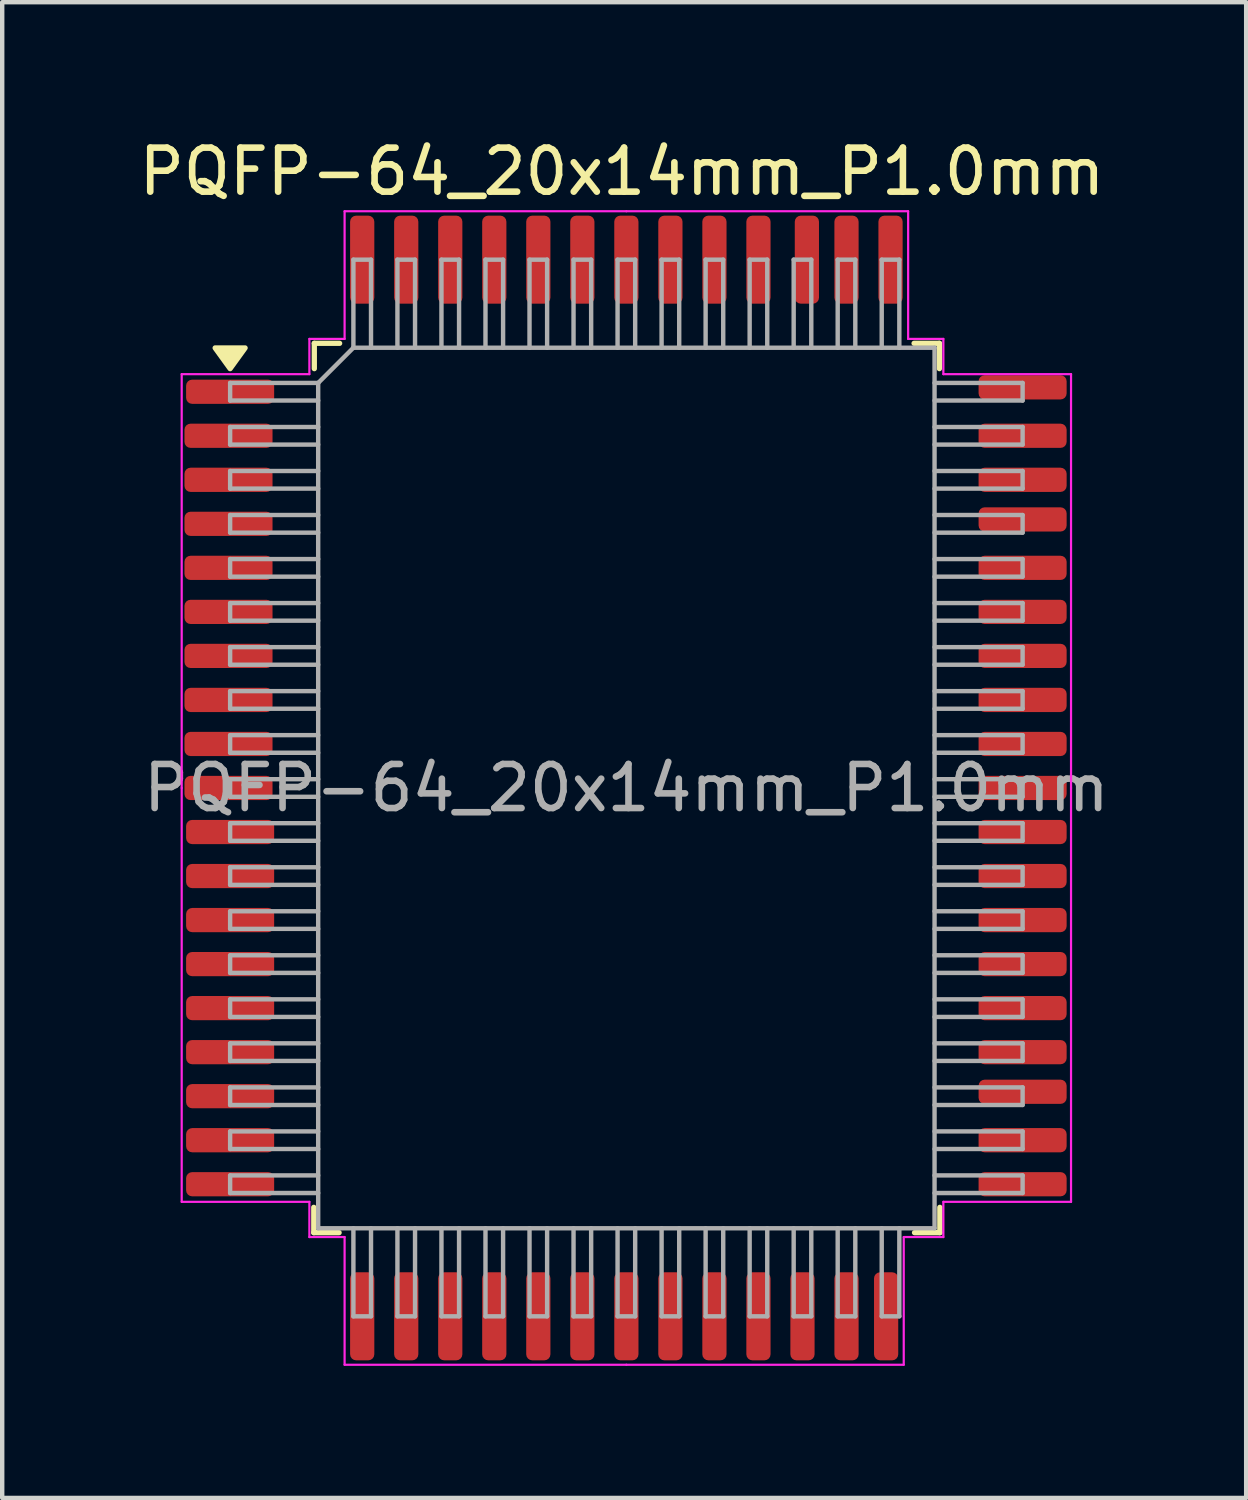
<source format=kicad_pcb>
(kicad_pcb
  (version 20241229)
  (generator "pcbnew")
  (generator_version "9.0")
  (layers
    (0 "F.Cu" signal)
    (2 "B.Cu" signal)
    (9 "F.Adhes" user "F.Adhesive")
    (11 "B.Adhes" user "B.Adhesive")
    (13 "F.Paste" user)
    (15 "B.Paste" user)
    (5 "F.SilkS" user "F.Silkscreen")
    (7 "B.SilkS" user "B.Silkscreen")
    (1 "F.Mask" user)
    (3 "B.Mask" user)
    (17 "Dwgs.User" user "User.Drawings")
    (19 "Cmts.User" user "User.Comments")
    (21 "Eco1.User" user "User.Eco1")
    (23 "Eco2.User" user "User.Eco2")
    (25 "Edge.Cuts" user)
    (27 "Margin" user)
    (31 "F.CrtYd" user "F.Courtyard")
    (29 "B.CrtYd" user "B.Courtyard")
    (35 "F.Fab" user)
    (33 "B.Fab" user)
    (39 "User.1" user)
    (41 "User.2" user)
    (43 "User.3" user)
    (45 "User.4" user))
  (footprint "PQFP-64_20x14mm_P1.0mm"
    (layer "F.Cu")
    (at 11.177 14.848)
    (property "Reference" "PQFP-64_20x14mm_P1.0mm" (at -0.1 -14 0) (layer "F.SilkS") (effects (font (size 1 1) (thickness 0.15))))
    (attr smd)
    (fp_line (start -7.1 10.1) (end -7.1 9.525) (stroke (width 0.12) (type solid)) (layer "F.SilkS"))
    (fp_line (start -7.088 -10.1) (end -7.088 -9.525) (stroke (width 0.12) (type solid)) (layer "F.SilkS"))
    (fp_line (start -6.525 10.1) (end -7.1 10.1) (stroke (width 0.12) (type solid)) (layer "F.SilkS"))
    (fp_line (start -6.513 -10.1) (end -7.088 -10.1) (stroke (width 0.12) (type solid)) (layer "F.SilkS"))
    (fp_line (start 6.535 -10.1) (end 7.11 -10.1) (stroke (width 0.12) (type solid)) (layer "F.SilkS"))
    (fp_line (start 6.545 10.1) (end 7.12 10.1) (stroke (width 0.12) (type solid)) (layer "F.SilkS"))
    (fp_line (start 7.11 -10.1) (end 7.11 -9.525) (stroke (width 0.12) (type solid)) (layer "F.SilkS"))
    (fp_line (start 7.12 10.1) (end 7.12 9.525) (stroke (width 0.12) (type solid)) (layer "F.SilkS"))
    (fp_poly (pts (xy -9 -9.525) (xy -9.34 -9.995) (xy -8.66 -9.995) (xy -9 -9.525)) (stroke (width 0.12) (type solid)) (fill yes) (layer "F.SilkS"))
    (fp_line (start -10.1 -9.4) (end -10.1 0) (stroke (width 0.05) (type solid)) (layer "F.CrtYd"))
    (fp_line (start -10.1 9.4) (end -10.1 0) (stroke (width 0.05) (type solid)) (layer "F.CrtYd"))
    (fp_line (start -10.1 9.4) (end -7.2 9.4) (stroke (width 0.05) (type solid)) (layer "F.CrtYd"))
    (fp_line (start -7.2 -10.2) (end -7.2 -9.4) (stroke (width 0.05) (type solid)) (layer "F.CrtYd"))
    (fp_line (start -7.2 -9.4) (end -10.1 -9.4) (stroke (width 0.05) (type solid)) (layer "F.CrtYd"))
    (fp_line (start -7.2 10.2) (end -7.2 9.4) (stroke (width 0.05) (type solid)) (layer "F.CrtYd"))
    (fp_line (start -6.4 -13.1) (end -6.4 -10.2) (stroke (width 0.05) (type solid)) (layer "F.CrtYd"))
    (fp_line (start -6.4 -10.2) (end -7.2 -10.2) (stroke (width 0.05) (type solid)) (layer "F.CrtYd"))
    (fp_line (start -6.4 10.2) (end -7.2 10.2) (stroke (width 0.05) (type solid)) (layer "F.CrtYd"))
    (fp_line (start -6.4 13.1) (end -6.4 10.2) (stroke (width 0.05) (type solid)) (layer "F.CrtYd"))
    (fp_line (start -6.4 13.1) (end 0 13.1) (stroke (width 0.05) (type solid)) (layer "F.CrtYd"))
    (fp_line (start 0 -13.1) (end -6.4 -13.1) (stroke (width 0.05) (type solid)) (layer "F.CrtYd"))
    (fp_line (start 0 13.1) (end 6.3 13.1) (stroke (width 0.05) (type solid)) (layer "F.CrtYd"))
    (fp_line (start 6.3 10.2) (end 7.2 10.2) (stroke (width 0.05) (type solid)) (layer "F.CrtYd"))
    (fp_line (start 6.3 13.1) (end 6.3 10.2) (stroke (width 0.05) (type solid)) (layer "F.CrtYd"))
    (fp_line (start 6.4 -13.1) (end 0 -13.1) (stroke (width 0.05) (type solid)) (layer "F.CrtYd"))
    (fp_line (start 6.4 -13.1) (end 6.4 -10.2) (stroke (width 0.05) (type solid)) (layer "F.CrtYd"))
    (fp_line (start 6.4 -10.2) (end 7.2 -10.2) (stroke (width 0.05) (type solid)) (layer "F.CrtYd"))
    (fp_line (start 7.2 -10.2) (end 7.2 -9.4) (stroke (width 0.05) (type solid)) (layer "F.CrtYd"))
    (fp_line (start 7.2 9.4) (end 10.1 9.4) (stroke (width 0.05) (type solid)) (layer "F.CrtYd"))
    (fp_line (start 7.2 10.2) (end 7.2 9.4) (stroke (width 0.05) (type solid)) (layer "F.CrtYd"))
    (fp_line (start 10.1 -9.4) (end 7.2 -9.4) (stroke (width 0.05) (type solid)) (layer "F.CrtYd"))
    (fp_line (start 10.1 -9.4) (end 10.1 0) (stroke (width 0.05) (type solid)) (layer "F.CrtYd"))
    (fp_line (start 10.1 9.4) (end 10.1 0) (stroke (width 0.05) (type solid)) (layer "F.CrtYd"))
    (fp_line (start -9 -9.2) (end -7 -9.2) (stroke (width 0.1) (type default)) (layer "F.Fab"))
    (fp_line (start -9 -8.8) (end -9 -9.2) (stroke (width 0.1) (type default)) (layer "F.Fab"))
    (fp_line (start -9 -8.2) (end -7 -8.2) (stroke (width 0.1) (type default)) (layer "F.Fab"))
    (fp_line (start -9 -7.8) (end -9 -8.2) (stroke (width 0.1) (type default)) (layer "F.Fab"))
    (fp_line (start -9 -7.2) (end -7 -7.2) (stroke (width 0.1) (type default)) (layer "F.Fab"))
    (fp_line (start -9 -6.8) (end -9 -7.2) (stroke (width 0.1) (type default)) (layer "F.Fab"))
    (fp_line (start -9 -6.2) (end -7 -6.2) (stroke (width 0.1) (type default)) (layer "F.Fab"))
    (fp_line (start -9 -5.8) (end -9 -6.2) (stroke (width 0.1) (type default)) (layer "F.Fab"))
    (fp_line (start -9 -5.2) (end -7 -5.2) (stroke (width 0.1) (type default)) (layer "F.Fab"))
    (fp_line (start -9 -4.8) (end -9 -5.2) (stroke (width 0.1) (type default)) (layer "F.Fab"))
    (fp_line (start -9 -4.2) (end -7 -4.2) (stroke (width 0.1) (type default)) (layer "F.Fab"))
    (fp_line (start -9 -3.8) (end -9 -4.2) (stroke (width 0.1) (type default)) (layer "F.Fab"))
    (fp_line (start -9 -3.2) (end -7 -3.2) (stroke (width 0.1) (type default)) (layer "F.Fab"))
    (fp_line (start -9 -2.8) (end -9 -3.2) (stroke (width 0.1) (type default)) (layer "F.Fab"))
    (fp_line (start -9 -2.2) (end -7 -2.2) (stroke (width 0.1) (type default)) (layer "F.Fab"))
    (fp_line (start -9 -1.8) (end -9 -2.2) (stroke (width 0.1) (type default)) (layer "F.Fab"))
    (fp_line (start -9 -1.2) (end -7 -1.2) (stroke (width 0.1) (type default)) (layer "F.Fab"))
    (fp_line (start -9 -0.8) (end -9 -1.2) (stroke (width 0.1) (type default)) (layer "F.Fab"))
    (fp_line (start -9 -0.2) (end -7 -0.2) (stroke (width 0.1) (type default)) (layer "F.Fab"))
    (fp_line (start -9 0.2) (end -9 -0.2) (stroke (width 0.1) (type default)) (layer "F.Fab"))
    (fp_line (start -9 0.8) (end -7 0.8) (stroke (width 0.1) (type default)) (layer "F.Fab"))
    (fp_line (start -9 1.2) (end -9 0.8) (stroke (width 0.1) (type default)) (layer "F.Fab"))
    (fp_line (start -9 1.8) (end -7 1.8) (stroke (width 0.1) (type default)) (layer "F.Fab"))
    (fp_line (start -9 2.2) (end -9 1.8) (stroke (width 0.1) (type default)) (layer "F.Fab"))
    (fp_line (start -9 2.8) (end -7 2.8) (stroke (width 0.1) (type default)) (layer "F.Fab"))
    (fp_line (start -9 3.2) (end -9 2.8) (stroke (width 0.1) (type default)) (layer "F.Fab"))
    (fp_line (start -9 3.8) (end -7 3.8) (stroke (width 0.1) (type default)) (layer "F.Fab"))
    (fp_line (start -9 4.2) (end -9 3.8) (stroke (width 0.1) (type default)) (layer "F.Fab"))
    (fp_line (start -9 4.8) (end -7 4.8) (stroke (width 0.1) (type default)) (layer "F.Fab"))
    (fp_line (start -9 5.2) (end -9 4.8) (stroke (width 0.1) (type default)) (layer "F.Fab"))
    (fp_line (start -9 5.8) (end -7 5.8) (stroke (width 0.1) (type default)) (layer "F.Fab"))
    (fp_line (start -9 6.2) (end -9 5.8) (stroke (width 0.1) (type default)) (layer "F.Fab"))
    (fp_line (start -9 6.8) (end -7 6.8) (stroke (width 0.1) (type default)) (layer "F.Fab"))
    (fp_line (start -9 7.2) (end -9 6.8) (stroke (width 0.1) (type default)) (layer "F.Fab"))
    (fp_line (start -9 7.8) (end -7 7.8) (stroke (width 0.1) (type default)) (layer "F.Fab"))
    (fp_line (start -9 8.2) (end -9 7.8) (stroke (width 0.1) (type default)) (layer "F.Fab"))
    (fp_line (start -9 8.8) (end -7 8.8) (stroke (width 0.1) (type default)) (layer "F.Fab"))
    (fp_line (start -9 9.2) (end -9 8.8) (stroke (width 0.1) (type default)) (layer "F.Fab"))
    (fp_line (start -7 -9.2) (end -6.2 -10) (stroke (width 0.1) (type solid)) (layer "F.Fab"))
    (fp_line (start -7 -8.8) (end -9 -8.8) (stroke (width 0.1) (type default)) (layer "F.Fab"))
    (fp_line (start -7 -7.8) (end -9 -7.8) (stroke (width 0.1) (type default)) (layer "F.Fab"))
    (fp_line (start -7 -6.8) (end -9 -6.8) (stroke (width 0.1) (type default)) (layer "F.Fab"))
    (fp_line (start -7 -5.8) (end -9 -5.8) (stroke (width 0.1) (type default)) (layer "F.Fab"))
    (fp_line (start -7 -4.8) (end -9 -4.8) (stroke (width 0.1) (type default)) (layer "F.Fab"))
    (fp_line (start -7 -3.8) (end -9 -3.8) (stroke (width 0.1) (type default)) (layer "F.Fab"))
    (fp_line (start -7 -2.8) (end -9 -2.8) (stroke (width 0.1) (type default)) (layer "F.Fab"))
    (fp_line (start -7 -1.8) (end -9 -1.8) (stroke (width 0.1) (type default)) (layer "F.Fab"))
    (fp_line (start -7 -0.8) (end -9 -0.8) (stroke (width 0.1) (type default)) (layer "F.Fab"))
    (fp_line (start -7 0.2) (end -9 0.2) (stroke (width 0.1) (type default)) (layer "F.Fab"))
    (fp_line (start -7 1.2) (end -9 1.2) (stroke (width 0.1) (type default)) (layer "F.Fab"))
    (fp_line (start -7 2.2) (end -9 2.2) (stroke (width 0.1) (type default)) (layer "F.Fab"))
    (fp_line (start -7 3.2) (end -9 3.2) (stroke (width 0.1) (type default)) (layer "F.Fab"))
    (fp_line (start -7 4.2) (end -9 4.2) (stroke (width 0.1) (type default)) (layer "F.Fab"))
    (fp_line (start -7 5.2) (end -9 5.2) (stroke (width 0.1) (type default)) (layer "F.Fab"))
    (fp_line (start -7 6.2) (end -9 6.2) (stroke (width 0.1) (type default)) (layer "F.Fab"))
    (fp_line (start -7 7.2) (end -9 7.2) (stroke (width 0.1) (type default)) (layer "F.Fab"))
    (fp_line (start -7 8.2) (end -9 8.2) (stroke (width 0.1) (type default)) (layer "F.Fab"))
    (fp_line (start -7 9.2) (end -9 9.2) (stroke (width 0.1) (type default)) (layer "F.Fab"))
    (fp_line (start -7 10) (end -7 -9.2) (stroke (width 0.1) (type solid)) (layer "F.Fab"))
    (fp_line (start -6.2 -12) (end -5.8 -12) (stroke (width 0.1) (type default)) (layer "F.Fab"))
    (fp_line (start -6.2 -10) (end -6.2 -12) (stroke (width 0.1) (type default)) (layer "F.Fab"))
    (fp_line (start -6.2 -10) (end 7 -10) (stroke (width 0.1) (type solid)) (layer "F.Fab"))
    (fp_line (start -6.2 12) (end -6.2 10) (stroke (width 0.1) (type default)) (layer "F.Fab"))
    (fp_line (start -5.8 -12) (end -5.8 -10) (stroke (width 0.1) (type default)) (layer "F.Fab"))
    (fp_line (start -5.8 10) (end -5.8 12) (stroke (width 0.1) (type default)) (layer "F.Fab"))
    (fp_line (start -5.8 12) (end -6.2 12) (stroke (width 0.1) (type default)) (layer "F.Fab"))
    (fp_line (start -5.2 -12) (end -4.8 -12) (stroke (width 0.1) (type default)) (layer "F.Fab"))
    (fp_line (start -5.2 -10) (end -5.2 -12) (stroke (width 0.1) (type default)) (layer "F.Fab"))
    (fp_line (start -5.2 12) (end -5.2 10) (stroke (width 0.1) (type default)) (layer "F.Fab"))
    (fp_line (start -4.8 -12) (end -4.8 -10) (stroke (width 0.1) (type default)) (layer "F.Fab"))
    (fp_line (start -4.8 10) (end -4.8 12) (stroke (width 0.1) (type default)) (layer "F.Fab"))
    (fp_line (start -4.8 12) (end -5.2 12) (stroke (width 0.1) (type default)) (layer "F.Fab"))
    (fp_line (start -4.2 -12) (end -3.8 -12) (stroke (width 0.1) (type default)) (layer "F.Fab"))
    (fp_line (start -4.2 -10) (end -4.2 -12) (stroke (width 0.1) (type default)) (layer "F.Fab"))
    (fp_line (start -4.2 12) (end -4.2 10) (stroke (width 0.1) (type default)) (layer "F.Fab"))
    (fp_line (start -3.8 -12) (end -3.8 -10) (stroke (width 0.1) (type default)) (layer "F.Fab"))
    (fp_line (start -3.8 10) (end -3.8 12) (stroke (width 0.1) (type default)) (layer "F.Fab"))
    (fp_line (start -3.8 12) (end -4.2 12) (stroke (width 0.1) (type default)) (layer "F.Fab"))
    (fp_line (start -3.2 -12) (end -2.8 -12) (stroke (width 0.1) (type default)) (layer "F.Fab"))
    (fp_line (start -3.2 -10) (end -3.2 -12) (stroke (width 0.1) (type default)) (layer "F.Fab"))
    (fp_line (start -3.2 12) (end -3.2 10) (stroke (width 0.1) (type default)) (layer "F.Fab"))
    (fp_line (start -2.8 -12) (end -2.8 -10) (stroke (width 0.1) (type default)) (layer "F.Fab"))
    (fp_line (start -2.8 10) (end -2.8 12) (stroke (width 0.1) (type default)) (layer "F.Fab"))
    (fp_line (start -2.8 12) (end -3.2 12) (stroke (width 0.1) (type default)) (layer "F.Fab"))
    (fp_line (start -2.2 -12) (end -1.8 -12) (stroke (width 0.1) (type default)) (layer "F.Fab"))
    (fp_line (start -2.2 -10) (end -2.2 -12) (stroke (width 0.1) (type default)) (layer "F.Fab"))
    (fp_line (start -2.2 12) (end -2.2 10) (stroke (width 0.1) (type default)) (layer "F.Fab"))
    (fp_line (start -1.8 -12) (end -1.8 -10) (stroke (width 0.1) (type default)) (layer "F.Fab"))
    (fp_line (start -1.8 10) (end -1.8 12) (stroke (width 0.1) (type default)) (layer "F.Fab"))
    (fp_line (start -1.8 12) (end -2.2 12) (stroke (width 0.1) (type default)) (layer "F.Fab"))
    (fp_line (start -1.2 -12) (end -0.8 -12) (stroke (width 0.1) (type default)) (layer "F.Fab"))
    (fp_line (start -1.2 -10) (end -1.2 -12) (stroke (width 0.1) (type default)) (layer "F.Fab"))
    (fp_line (start -1.2 12) (end -1.2 10) (stroke (width 0.1) (type default)) (layer "F.Fab"))
    (fp_line (start -0.8 -12) (end -0.8 -10) (stroke (width 0.1) (type default)) (layer "F.Fab"))
    (fp_line (start -0.8 10) (end -0.8 12) (stroke (width 0.1) (type default)) (layer "F.Fab"))
    (fp_line (start -0.8 12) (end -1.2 12) (stroke (width 0.1) (type default)) (layer "F.Fab"))
    (fp_line (start -0.2 -12) (end 0.2 -12) (stroke (width 0.1) (type default)) (layer "F.Fab"))
    (fp_line (start -0.2 -10) (end -0.2 -12) (stroke (width 0.1) (type default)) (layer "F.Fab"))
    (fp_line (start -0.2 12) (end -0.2 10) (stroke (width 0.1) (type default)) (layer "F.Fab"))
    (fp_line (start 0.2 -12) (end 0.2 -10) (stroke (width 0.1) (type default)) (layer "F.Fab"))
    (fp_line (start 0.2 10) (end 0.2 12) (stroke (width 0.1) (type default)) (layer "F.Fab"))
    (fp_line (start 0.2 12) (end -0.2 12) (stroke (width 0.1) (type default)) (layer "F.Fab"))
    (fp_line (start 0.8 -12) (end 1.2 -12) (stroke (width 0.1) (type default)) (layer "F.Fab"))
    (fp_line (start 0.8 -10) (end 0.8 -12) (stroke (width 0.1) (type default)) (layer "F.Fab"))
    (fp_line (start 0.8 12) (end 0.8 10) (stroke (width 0.1) (type default)) (layer "F.Fab"))
    (fp_line (start 1.2 -12) (end 1.2 -10) (stroke (width 0.1) (type default)) (layer "F.Fab"))
    (fp_line (start 1.2 10) (end 1.2 12) (stroke (width 0.1) (type default)) (layer "F.Fab"))
    (fp_line (start 1.2 12) (end 0.8 12) (stroke (width 0.1) (type default)) (layer "F.Fab"))
    (fp_line (start 1.8 -12) (end 2.2 -12) (stroke (width 0.1) (type default)) (layer "F.Fab"))
    (fp_line (start 1.8 -10) (end 1.8 -12) (stroke (width 0.1) (type default)) (layer "F.Fab"))
    (fp_line (start 1.8 12) (end 1.8 10) (stroke (width 0.1) (type default)) (layer "F.Fab"))
    (fp_line (start 2.2 -12) (end 2.2 -10) (stroke (width 0.1) (type default)) (layer "F.Fab"))
    (fp_line (start 2.2 10) (end 2.2 12) (stroke (width 0.1) (type default)) (layer "F.Fab"))
    (fp_line (start 2.2 12) (end 1.8 12) (stroke (width 0.1) (type default)) (layer "F.Fab"))
    (fp_line (start 2.8 -12) (end 3.2 -12) (stroke (width 0.1) (type default)) (layer "F.Fab"))
    (fp_line (start 2.8 -10) (end 2.8 -12) (stroke (width 0.1) (type default)) (layer "F.Fab"))
    (fp_line (start 2.8 12) (end 2.8 10) (stroke (width 0.1) (type default)) (layer "F.Fab"))
    (fp_line (start 3.2 -12) (end 3.2 -10) (stroke (width 0.1) (type default)) (layer "F.Fab"))
    (fp_line (start 3.2 10) (end 3.2 12) (stroke (width 0.1) (type default)) (layer "F.Fab"))
    (fp_line (start 3.2 12) (end 2.8 12) (stroke (width 0.1) (type default)) (layer "F.Fab"))
    (fp_line (start 3.8 -12) (end 4.2 -12) (stroke (width 0.1) (type default)) (layer "F.Fab"))
    (fp_line (start 3.8 -10) (end 3.8 -12) (stroke (width 0.1) (type default)) (layer "F.Fab"))
    (fp_line (start 3.8 12) (end 3.8 10) (stroke (width 0.1) (type default)) (layer "F.Fab"))
    (fp_line (start 4.2 -12) (end 4.2 -10) (stroke (width 0.1) (type default)) (layer "F.Fab"))
    (fp_line (start 4.2 10) (end 4.2 12) (stroke (width 0.1) (type default)) (layer "F.Fab"))
    (fp_line (start 4.2 12) (end 3.8 12) (stroke (width 0.1) (type default)) (layer "F.Fab"))
    (fp_line (start 4.8 -12) (end 5.2 -12) (stroke (width 0.1) (type default)) (layer "F.Fab"))
    (fp_line (start 4.8 -10) (end 4.8 -12) (stroke (width 0.1) (type default)) (layer "F.Fab"))
    (fp_line (start 4.8 12) (end 4.8 10) (stroke (width 0.1) (type default)) (layer "F.Fab"))
    (fp_line (start 5.2 -12) (end 5.2 -10) (stroke (width 0.1) (type default)) (layer "F.Fab"))
    (fp_line (start 5.2 10) (end 5.2 12) (stroke (width 0.1) (type default)) (layer "F.Fab"))
    (fp_line (start 5.2 12) (end 4.8 12) (stroke (width 0.1) (type default)) (layer "F.Fab"))
    (fp_line (start 5.8 -12) (end 6.2 -12) (stroke (width 0.1) (type default)) (layer "F.Fab"))
    (fp_line (start 5.8 -10) (end 5.8 -12) (stroke (width 0.1) (type default)) (layer "F.Fab"))
    (fp_line (start 5.8 12) (end 5.8 10) (stroke (width 0.1) (type default)) (layer "F.Fab"))
    (fp_line (start 6.2 -12) (end 6.2 -10) (stroke (width 0.1) (type default)) (layer "F.Fab"))
    (fp_line (start 6.2 10) (end 6.2 12) (stroke (width 0.1) (type default)) (layer "F.Fab"))
    (fp_line (start 6.2 12) (end 5.8 12) (stroke (width 0.1) (type default)) (layer "F.Fab"))
    (fp_line (start 7 -10) (end 7 10) (stroke (width 0.1) (type solid)) (layer "F.Fab"))
    (fp_line (start 7 -9.2) (end 9 -9.2) (stroke (width 0.1) (type default)) (layer "F.Fab"))
    (fp_line (start 7 -8.2) (end 9 -8.2) (stroke (width 0.1) (type default)) (layer "F.Fab"))
    (fp_line (start 7 -7.2) (end 9 -7.2) (stroke (width 0.1) (type default)) (layer "F.Fab"))
    (fp_line (start 7 -6.2) (end 9 -6.2) (stroke (width 0.1) (type default)) (layer "F.Fab"))
    (fp_line (start 7 -5.2) (end 9 -5.2) (stroke (width 0.1) (type default)) (layer "F.Fab"))
    (fp_line (start 7 -4.2) (end 9 -4.2) (stroke (width 0.1) (type default)) (layer "F.Fab"))
    (fp_line (start 7 -3.2) (end 9 -3.2) (stroke (width 0.1) (type default)) (layer "F.Fab"))
    (fp_line (start 7 -2.2) (end 9 -2.2) (stroke (width 0.1) (type default)) (layer "F.Fab"))
    (fp_line (start 7 -1.2) (end 9 -1.2) (stroke (width 0.1) (type default)) (layer "F.Fab"))
    (fp_line (start 7 -0.2) (end 9 -0.2) (stroke (width 0.1) (type default)) (layer "F.Fab"))
    (fp_line (start 7 0.8) (end 9 0.8) (stroke (width 0.1) (type default)) (layer "F.Fab"))
    (fp_line (start 7 1.8) (end 9 1.8) (stroke (width 0.1) (type default)) (layer "F.Fab"))
    (fp_line (start 7 2.8) (end 9 2.8) (stroke (width 0.1) (type default)) (layer "F.Fab"))
    (fp_line (start 7 3.8) (end 9 3.8) (stroke (width 0.1) (type default)) (layer "F.Fab"))
    (fp_line (start 7 4.8) (end 9 4.8) (stroke (width 0.1) (type default)) (layer "F.Fab"))
    (fp_line (start 7 5.8) (end 9 5.8) (stroke (width 0.1) (type default)) (layer "F.Fab"))
    (fp_line (start 7 6.8) (end 9 6.8) (stroke (width 0.1) (type default)) (layer "F.Fab"))
    (fp_line (start 7 7.8) (end 9 7.8) (stroke (width 0.1) (type default)) (layer "F.Fab"))
    (fp_line (start 7 8.8) (end 9 8.8) (stroke (width 0.1) (type default)) (layer "F.Fab"))
    (fp_line (start 7 10) (end -7 10) (stroke (width 0.1) (type solid)) (layer "F.Fab"))
    (fp_line (start 9 -9.2) (end 9 -8.8) (stroke (width 0.1) (type default)) (layer "F.Fab"))
    (fp_line (start 9 -8.8) (end 7 -8.8) (stroke (width 0.1) (type default)) (layer "F.Fab"))
    (fp_line (start 9 -8.2) (end 9 -7.8) (stroke (width 0.1) (type default)) (layer "F.Fab"))
    (fp_line (start 9 -7.8) (end 7 -7.8) (stroke (width 0.1) (type default)) (layer "F.Fab"))
    (fp_line (start 9 -7.2) (end 9 -6.8) (stroke (width 0.1) (type default)) (layer "F.Fab"))
    (fp_line (start 9 -6.8) (end 7 -6.8) (stroke (width 0.1) (type default)) (layer "F.Fab"))
    (fp_line (start 9 -6.2) (end 9 -5.8) (stroke (width 0.1) (type default)) (layer "F.Fab"))
    (fp_line (start 9 -5.8) (end 7 -5.8) (stroke (width 0.1) (type default)) (layer "F.Fab"))
    (fp_line (start 9 -5.2) (end 9 -4.8) (stroke (width 0.1) (type default)) (layer "F.Fab"))
    (fp_line (start 9 -4.8) (end 7 -4.8) (stroke (width 0.1) (type default)) (layer "F.Fab"))
    (fp_line (start 9 -4.2) (end 9 -3.8) (stroke (width 0.1) (type default)) (layer "F.Fab"))
    (fp_line (start 9 -3.8) (end 7 -3.8) (stroke (width 0.1) (type default)) (layer "F.Fab"))
    (fp_line (start 9 -3.2) (end 9 -2.8) (stroke (width 0.1) (type default)) (layer "F.Fab"))
    (fp_line (start 9 -2.8) (end 7 -2.8) (stroke (width 0.1) (type default)) (layer "F.Fab"))
    (fp_line (start 9 -2.2) (end 9 -1.8) (stroke (width 0.1) (type default)) (layer "F.Fab"))
    (fp_line (start 9 -1.8) (end 7 -1.8) (stroke (width 0.1) (type default)) (layer "F.Fab"))
    (fp_line (start 9 -1.2) (end 9 -0.8) (stroke (width 0.1) (type default)) (layer "F.Fab"))
    (fp_line (start 9 -0.8) (end 7 -0.8) (stroke (width 0.1) (type default)) (layer "F.Fab"))
    (fp_line (start 9 -0.2) (end 9 0.2) (stroke (width 0.1) (type default)) (layer "F.Fab"))
    (fp_line (start 9 0.2) (end 7 0.2) (stroke (width 0.1) (type default)) (layer "F.Fab"))
    (fp_line (start 9 0.8) (end 9 1.2) (stroke (width 0.1) (type default)) (layer "F.Fab"))
    (fp_line (start 9 1.2) (end 7 1.2) (stroke (width 0.1) (type default)) (layer "F.Fab"))
    (fp_line (start 9 1.8) (end 9 2.2) (stroke (width 0.1) (type default)) (layer "F.Fab"))
    (fp_line (start 9 2.2) (end 7 2.2) (stroke (width 0.1) (type default)) (layer "F.Fab"))
    (fp_line (start 9 2.8) (end 9 3.2) (stroke (width 0.1) (type default)) (layer "F.Fab"))
    (fp_line (start 9 3.2) (end 7 3.2) (stroke (width 0.1) (type default)) (layer "F.Fab"))
    (fp_line (start 9 3.8) (end 9 4.2) (stroke (width 0.1) (type default)) (layer "F.Fab"))
    (fp_line (start 9 4.2) (end 7 4.2) (stroke (width 0.1) (type default)) (layer "F.Fab"))
    (fp_line (start 9 4.8) (end 9 5.2) (stroke (width 0.1) (type default)) (layer "F.Fab"))
    (fp_line (start 9 5.2) (end 7 5.2) (stroke (width 0.1) (type default)) (layer "F.Fab"))
    (fp_line (start 9 5.8) (end 9 6.2) (stroke (width 0.1) (type default)) (layer "F.Fab"))
    (fp_line (start 9 6.2) (end 7 6.2) (stroke (width 0.1) (type default)) (layer "F.Fab"))
    (fp_line (start 9 6.8) (end 9 7.2) (stroke (width 0.1) (type default)) (layer "F.Fab"))
    (fp_line (start 9 7.2) (end 7 7.2) (stroke (width 0.1) (type default)) (layer "F.Fab"))
    (fp_line (start 9 7.8) (end 9 8.2) (stroke (width 0.1) (type default)) (layer "F.Fab"))
    (fp_line (start 9 8.2) (end 7 8.2) (stroke (width 0.1) (type default)) (layer "F.Fab"))
    (fp_line (start 9 8.8) (end 9 9.2) (stroke (width 0.1) (type default)) (layer "F.Fab"))
    (fp_line (start 9 9.2) (end 7 9.2) (stroke (width 0.1) (type default)) (layer "F.Fab"))
    (fp_text user "${REFERENCE}" (at 0 0 0) (layer "F.Fab") (effects (font (size 1 1) (thickness 0.15))))
    (pad "1" smd roundrect (at -9 -9) (size 2 0.55) (layers "F.Cu" "F.Mask" "F.Paste") (roundrect_rratio 0.25))
    (pad "2" smd roundrect (at -9.037 -8) (size 2 0.55) (layers "F.Cu" "F.Mask" "F.Paste") (roundrect_rratio 0.25))
    (pad "3" smd roundrect (at -9.037 -7) (size 2 0.55) (layers "F.Cu" "F.Mask" "F.Paste") (roundrect_rratio 0.25))
    (pad "4" smd roundrect (at -9.037 -6) (size 2 0.55) (layers "F.Cu" "F.Mask" "F.Paste") (roundrect_rratio 0.25))
    (pad "5" smd roundrect (at -9.037 -5) (size 2 0.55) (layers "F.Cu" "F.Mask" "F.Paste") (roundrect_rratio 0.25))
    (pad "6" smd roundrect (at -9.037 -4) (size 2 0.55) (layers "F.Cu" "F.Mask" "F.Paste") (roundrect_rratio 0.25))
    (pad "7" smd roundrect (at -9.037 -3) (size 2 0.55) (layers "F.Cu" "F.Mask" "F.Paste") (roundrect_rratio 0.25))
    (pad "8" smd roundrect (at -9.037 -2) (size 2 0.55) (layers "F.Cu" "F.Mask" "F.Paste") (roundrect_rratio 0.25))
    (pad "9" smd roundrect (at -9.037 -1) (size 2 0.55) (layers "F.Cu" "F.Mask" "F.Paste") (roundrect_rratio 0.25))
    (pad "10" smd roundrect (at -9.037 0) (size 2 0.55) (layers "F.Cu" "F.Mask" "F.Paste") (roundrect_rratio 0.25))
    (pad "11" smd roundrect (at -9 1) (size 2 0.55) (layers "F.Cu" "F.Mask" "F.Paste") (roundrect_rratio 0.25))
    (pad "12" smd roundrect (at -9 2) (size 2 0.55) (layers "F.Cu" "F.Mask" "F.Paste") (roundrect_rratio 0.25))
    (pad "13" smd roundrect (at -9 3) (size 2 0.55) (layers "F.Cu" "F.Mask" "F.Paste") (roundrect_rratio 0.25))
    (pad "14" smd roundrect (at -9 4) (size 2 0.55) (layers "F.Cu" "F.Mask" "F.Paste") (roundrect_rratio 0.25))
    (pad "15" smd roundrect (at -9 5) (size 2 0.55) (layers "F.Cu" "F.Mask" "F.Paste") (roundrect_rratio 0.25))
    (pad "16" smd roundrect (at -9 6) (size 2 0.55) (layers "F.Cu" "F.Mask" "F.Paste") (roundrect_rratio 0.25))
    (pad "17" smd roundrect (at -9 7) (size 2 0.55) (layers "F.Cu" "F.Mask" "F.Paste") (roundrect_rratio 0.25))
    (pad "18" smd roundrect (at -9 8) (size 2 0.55) (layers "F.Cu" "F.Mask" "F.Paste") (roundrect_rratio 0.25))
    (pad "19" smd roundrect (at -9 9) (size 2 0.55) (layers "F.Cu" "F.Mask" "F.Paste") (roundrect_rratio 0.25))
    (pad "20" smd roundrect (at -6 12) (size 0.55 2) (layers "F.Cu" "F.Mask" "F.Paste") (roundrect_rratio 0.25))
    (pad "21" smd roundrect (at -5 12) (size 0.55 2) (layers "F.Cu" "F.Mask" "F.Paste") (roundrect_rratio 0.25))
    (pad "22" smd roundrect (at -4 12) (size 0.55 2) (layers "F.Cu" "F.Mask" "F.Paste") (roundrect_rratio 0.25))
    (pad "23" smd roundrect (at -3 12) (size 0.55 2) (layers "F.Cu" "F.Mask" "F.Paste") (roundrect_rratio 0.25))
    (pad "24" smd roundrect (at -2 12) (size 0.55 2) (layers "F.Cu" "F.Mask" "F.Paste") (roundrect_rratio 0.25))
    (pad "25" smd roundrect (at -1 12) (size 0.55 2) (layers "F.Cu" "F.Mask" "F.Paste") (roundrect_rratio 0.25))
    (pad "26" smd roundrect (at 0 12) (size 0.55 2) (layers "F.Cu" "F.Mask" "F.Paste") (roundrect_rratio 0.25))
    (pad "27" smd roundrect (at 1 12) (size 0.55 2) (layers "F.Cu" "F.Mask" "F.Paste") (roundrect_rratio 0.25))
    (pad "28" smd roundrect (at 2 12) (size 0.55 2) (layers "F.Cu" "F.Mask" "F.Paste") (roundrect_rratio 0.25))
    (pad "29" smd roundrect (at 3 12) (size 0.55 2) (layers "F.Cu" "F.Mask" "F.Paste") (roundrect_rratio 0.25))
    (pad "30" smd roundrect (at 4 12) (size 0.55 2) (layers "F.Cu" "F.Mask" "F.Paste") (roundrect_rratio 0.25))
    (pad "31" smd roundrect (at 5 12) (size 0.55 2) (layers "F.Cu" "F.Mask" "F.Paste") (roundrect_rratio 0.25))
    (pad "32" smd roundrect (at 5.9 12) (size 0.55 2) (layers "F.Cu" "F.Mask" "F.Paste") (roundrect_rratio 0.25))
    (pad "33" smd roundrect (at 9 9) (size 2 0.55) (layers "F.Cu" "F.Mask" "F.Paste") (roundrect_rratio 0.25))
    (pad "34" smd roundrect (at 9 8) (size 2 0.55) (layers "F.Cu" "F.Mask" "F.Paste") (roundrect_rratio 0.25))
    (pad "35" smd roundrect (at 9 6.9) (size 2 0.55) (layers "F.Cu" "F.Mask" "F.Paste") (roundrect_rratio 0.25))
    (pad "36" smd roundrect (at 9 6) (size 2 0.55) (layers "F.Cu" "F.Mask" "F.Paste") (roundrect_rratio 0.25))
    (pad "37" smd roundrect (at 9 5) (size 2 0.55) (layers "F.Cu" "F.Mask" "F.Paste") (roundrect_rratio 0.25))
    (pad "38" smd roundrect (at 9 4) (size 2 0.55) (layers "F.Cu" "F.Mask" "F.Paste") (roundrect_rratio 0.25))
    (pad "39" smd roundrect (at 9 3) (size 2 0.55) (layers "F.Cu" "F.Mask" "F.Paste") (roundrect_rratio 0.25))
    (pad "40" smd roundrect (at 9 2) (size 2 0.55) (layers "F.Cu" "F.Mask" "F.Paste") (roundrect_rratio 0.25))
    (pad "41" smd roundrect (at 9 1) (size 2 0.55) (layers "F.Cu" "F.Mask" "F.Paste") (roundrect_rratio 0.25))
    (pad "42" smd roundrect (at 9 0) (size 2 0.55) (layers "F.Cu" "F.Mask" "F.Paste") (roundrect_rratio 0.25))
    (pad "43" smd roundrect (at 9 -1) (size 2 0.55) (layers "F.Cu" "F.Mask" "F.Paste") (roundrect_rratio 0.25))
    (pad "44" smd roundrect (at 9 -2) (size 2 0.55) (layers "F.Cu" "F.Mask" "F.Paste") (roundrect_rratio 0.25))
    (pad "45" smd roundrect (at 9 -3) (size 2 0.55) (layers "F.Cu" "F.Mask" "F.Paste") (roundrect_rratio 0.25))
    (pad "46" smd roundrect (at 9 -4) (size 2 0.55) (layers "F.Cu" "F.Mask" "F.Paste") (roundrect_rratio 0.25))
    (pad "47" smd roundrect (at 9 -5) (size 2 0.55) (layers "F.Cu" "F.Mask" "F.Paste") (roundrect_rratio 0.25))
    (pad "48" smd roundrect (at 9 -6.1) (size 2 0.55) (layers "F.Cu" "F.Mask" "F.Paste") (roundrect_rratio 0.25))
    (pad "49" smd roundrect (at 9 -7 270) (size 0.55 2) (layers "F.Cu" "F.Mask" "F.Paste") (roundrect_rratio 0.25))
    (pad "50" smd roundrect (at 9 -8 270) (size 0.55 2) (layers "F.Cu" "F.Mask" "F.Paste") (roundrect_rratio 0.25))
    (pad "51" smd roundrect (at 9 -9.1 270) (size 0.55 2) (layers "F.Cu" "F.Mask" "F.Paste") (roundrect_rratio 0.25))
    (pad "52" smd roundrect (at 6 -12) (size 0.55 2) (layers "F.Cu" "F.Mask" "F.Paste") (roundrect_rratio 0.25))
    (pad "53" smd roundrect (at 5 -12) (size 0.55 2) (layers "F.Cu" "F.Mask" "F.Paste") (roundrect_rratio 0.25))
    (pad "54" smd roundrect (at 4.1 -12) (size 0.55 2) (layers "F.Cu" "F.Mask" "F.Paste") (roundrect_rratio 0.25))
    (pad "55" smd roundrect (at 3 -12) (size 0.55 2) (layers "F.Cu" "F.Mask" "F.Paste") (roundrect_rratio 0.25))
    (pad "56" smd roundrect (at 2 -12) (size 0.55 2) (layers "F.Cu" "F.Mask" "F.Paste") (roundrect_rratio 0.25))
    (pad "57" smd roundrect (at 1 -12) (size 0.55 2) (layers "F.Cu" "F.Mask" "F.Paste") (roundrect_rratio 0.25))
    (pad "58" smd roundrect (at 0 -12) (size 0.55 2) (layers "F.Cu" "F.Mask" "F.Paste") (roundrect_rratio 0.25))
    (pad "59" smd roundrect (at -1 -12) (size 0.55 2) (layers "F.Cu" "F.Mask" "F.Paste") (roundrect_rratio 0.25))
    (pad "60" smd roundrect (at -2 -12) (size 0.55 2) (layers "F.Cu" "F.Mask" "F.Paste") (roundrect_rratio 0.25))
    (pad "61" smd roundrect (at -3 -12) (size 0.55 2) (layers "F.Cu" "F.Mask" "F.Paste") (roundrect_rratio 0.25))
    (pad "62" smd roundrect (at -4 -12) (size 0.55 2) (layers "F.Cu" "F.Mask" "F.Paste") (roundrect_rratio 0.25))
    (pad "63" smd roundrect (at -5 -12) (size 0.55 2) (layers "F.Cu" "F.Mask" "F.Paste") (roundrect_rratio 0.25))
    (pad "64" smd roundrect (at -6 -12) (size 0.55 2) (layers "F.Cu" "F.Mask" "F.Paste") (roundrect_rratio 0.25)))
  (gr_rect
    (start -3 -3)
    (end 25.255 30.973)
    (stroke (width 0.1) (type default))
    (fill no)
    (layer "Edge.Cuts")))
</source>
